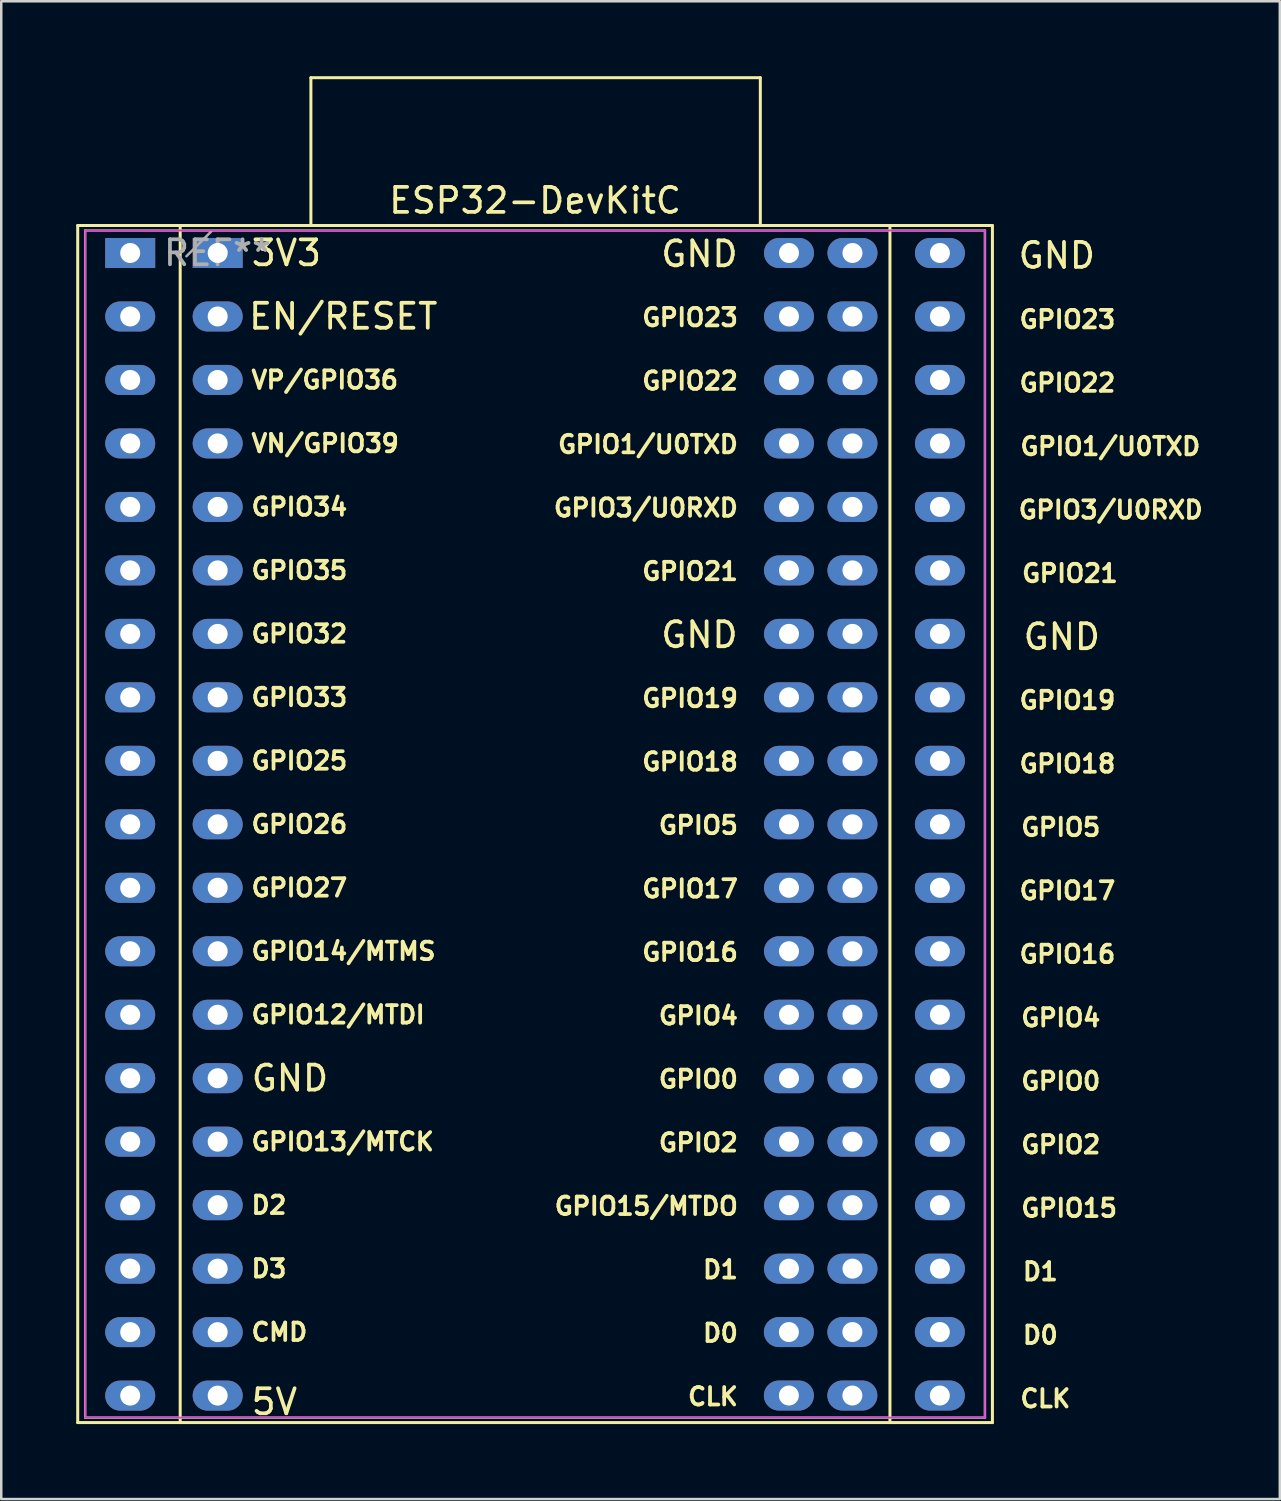
<source format=kicad_pcb>
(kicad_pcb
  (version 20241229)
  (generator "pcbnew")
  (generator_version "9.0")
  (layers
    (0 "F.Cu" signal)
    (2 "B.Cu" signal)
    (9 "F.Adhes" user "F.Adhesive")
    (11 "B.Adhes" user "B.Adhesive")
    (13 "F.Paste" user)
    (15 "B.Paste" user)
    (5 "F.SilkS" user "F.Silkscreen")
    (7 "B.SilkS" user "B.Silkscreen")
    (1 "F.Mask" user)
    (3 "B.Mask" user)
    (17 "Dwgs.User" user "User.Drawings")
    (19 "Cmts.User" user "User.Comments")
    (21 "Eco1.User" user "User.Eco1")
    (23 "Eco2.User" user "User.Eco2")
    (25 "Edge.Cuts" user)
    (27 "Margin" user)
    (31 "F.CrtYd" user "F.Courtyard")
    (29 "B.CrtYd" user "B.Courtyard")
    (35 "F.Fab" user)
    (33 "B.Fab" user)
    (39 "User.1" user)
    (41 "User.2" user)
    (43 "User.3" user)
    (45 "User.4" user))
  (footprint "ESP32-DevKitC"
    (layer "F.Cu")
    (at 5.66 7.073)
    (property "Reference" "ESP32-DevKitC" (at 12.7 -2.1 180) (layer "F.SilkS") (effects (font (size 1 1) (thickness 0.15))))
    (attr through_hole)
    (fp_line (start -5.6 -1.1) (end -5.6 46.8) (stroke (width 0.12) (type solid)) (layer "F.SilkS"))
    (fp_line (start -5.6 46.8) (end 31 46.8) (stroke (width 0.12) (type solid)) (layer "F.SilkS"))
    (fp_line (start -1.5 -1.1) (end -1.5 46.8) (stroke (width 0.12) (type solid)) (layer "F.SilkS"))
    (fp_line (start 3.73 -7.013) (end 21.713 -7.013) (stroke (width 0.12) (type solid)) (layer "F.SilkS"))
    (fp_line (start 3.73 -1.12) (end 3.73 -7.013) (stroke (width 0.12) (type solid)) (layer "F.SilkS"))
    (fp_line (start 21.713 -7.013) (end 21.713 -1.12) (stroke (width 0.12) (type solid)) (layer "F.SilkS"))
    (fp_line (start 26.9 46.8) (end 26.9 -1.1) (stroke (width 0.12) (type solid)) (layer "F.SilkS"))
    (fp_line (start 31 -1.1) (end -5.6 -1.1) (stroke (width 0.12) (type solid)) (layer "F.SilkS"))
    (fp_line (start 31 46.8) (end 31 -1.1) (stroke (width 0.12) (type solid)) (layer "F.SilkS"))
    (fp_line (start -5.3 -0.9) (end 30.7 -0.9) (stroke (width 0.05) (type solid)) (layer "F.CrtYd"))
    (fp_line (start -5.3 46.6) (end -5.3 -0.9) (stroke (width 0.05) (type solid)) (layer "F.CrtYd"))
    (fp_line (start 30.7 -0.9) (end 30.7 46.6) (stroke (width 0.05) (type solid)) (layer "F.CrtYd"))
    (fp_line (start 30.7 46.6) (end -5.3 46.6) (stroke (width 0.05) (type solid)) (layer "F.CrtYd"))
    (fp_line (start -5.3 -0.9) (end 30.7 -0.9) (stroke (width 0.1) (type solid)) (layer "F.Fab"))
    (fp_line (start -5.3 46.6) (end -5.3 -0.9) (stroke (width 0.1) (type solid)) (layer "F.Fab"))
    (fp_line (start -0.25 -0.87) (end -1.25 0.13) (stroke (width 0.1) (type solid)) (layer "F.Fab"))
    (fp_line (start 30.7 -0.9) (end 30.7 46.6) (stroke (width 0.1) (type solid)) (layer "F.Fab"))
    (fp_line (start 30.7 46.6) (end -5.3 46.6) (stroke (width 0.1) (type solid)) (layer "F.Fab"))
    (fp_text user "GPIO1/U0TXD" (at 39.4 7.74 0) (unlocked yes) (layer "F.SilkS") (effects (font (size 0.7 0.7) (thickness 0.15)) (justify right)))
    (fp_text user "GPIO0" (at 20.9 33.06 0) (unlocked yes) (layer "F.SilkS") (effects (font (size 0.7 0.7) (thickness 0.15)) (justify right)))
    (fp_text user "D3" (at 1.27 40.64 0) (unlocked yes) (layer "F.SilkS") (effects (font (size 0.7 0.7) (thickness 0.15)) (justify left)))
    (fp_text user "5V" (at 1.266 45.971 0) (unlocked yes) (layer "F.SilkS") (effects (font (size 1 1) (thickness 0.15)) (justify left)))
    (fp_text user "CLK" (at 20.9 45.76 0) (unlocked yes) (layer "F.SilkS") (effects (font (size 0.7 0.7) (thickness 0.15)) (justify right)))
    (fp_text user "EN/RESET" (at 8.886 2.537 0) (unlocked yes) (layer "F.SilkS") (effects (font (size 1 1) (thickness 0.15)) (justify right)))
    (fp_text user "GPIO32" (at 1.27 15.24 0) (unlocked yes) (layer "F.SilkS") (effects (font (size 0.7 0.7) (thickness 0.15)) (justify left)))
    (fp_text user "GPIO1/U0TXD" (at 20.9 7.66 0) (unlocked yes) (layer "F.SilkS") (effects (font (size 0.7 0.7) (thickness 0.15)) (justify right)))
    (fp_text user "GPIO3/U0RXD" (at 20.9 10.2 0) (unlocked yes) (layer "F.SilkS") (effects (font (size 0.7 0.7) (thickness 0.15)) (justify right)))
    (fp_text user "GND" (at 20.9 15.28 0) (unlocked yes) (layer "F.SilkS") (effects (font (size 1 1) (thickness 0.15)) (justify right)))
    (fp_text user "GPIO17" (at 36 25.52 0) (unlocked yes) (layer "F.SilkS") (effects (font (size 0.7 0.7) (thickness 0.15)) (justify right)))
    (fp_text user "D2" (at 1.27 38.1 0) (unlocked yes) (layer "F.SilkS") (effects (font (size 0.7 0.7) (thickness 0.15)) (justify left)))
    (fp_text user "GPIO22" (at 20.9 5.12 0) (unlocked yes) (layer "F.SilkS") (effects (font (size 0.7 0.7) (thickness 0.15)) (justify right)))
    (fp_text user "GND" (at 1.27 33.02 0) (unlocked yes) (layer "F.SilkS") (effects (font (size 1 1) (thickness 0.15)) (justify left)))
    (fp_text user "GPIO23" (at 20.9 2.58 0) (unlocked yes) (layer "F.SilkS") (effects (font (size 0.7 0.7) (thickness 0.15)) (justify right)))
    (fp_text user "GPIO16" (at 20.9 27.98 0) (unlocked yes) (layer "F.SilkS") (effects (font (size 0.7 0.7) (thickness 0.15)) (justify right)))
    (fp_text user "D0" (at 20.9 43.22 0) (unlocked yes) (layer "F.SilkS") (effects (font (size 0.7 0.7) (thickness 0.15)) (justify right)))
    (fp_text user "GPIO21" (at 36.1 12.82 0) (unlocked yes) (layer "F.SilkS") (effects (font (size 0.7 0.7) (thickness 0.15)) (justify right)))
    (fp_text user "GPIO2" (at 35.4 35.68 0) (unlocked yes) (layer "F.SilkS") (effects (font (size 0.7 0.7) (thickness 0.15)) (justify right)))
    (fp_text user "VN/GPIO39" (at 1.27 7.62 0) (unlocked yes) (layer "F.SilkS") (effects (font (size 0.7 0.7) (thickness 0.15)) (justify left)))
    (fp_text user "D0" (at 33.7 43.3 0) (unlocked yes) (layer "F.SilkS") (effects (font (size 0.7 0.7) (thickness 0.15)) (justify right)))
    (fp_text user "CLK" (at 34.2 45.84 0) (unlocked yes) (layer "F.SilkS") (effects (font (size 0.7 0.7) (thickness 0.15)) (justify right)))
    (fp_text user "GPIO16" (at 36 28.06 0) (unlocked yes) (layer "F.SilkS") (effects (font (size 0.7 0.7) (thickness 0.15)) (justify right)))
    (fp_text user "GPIO19" (at 36 17.9 0) (unlocked yes) (layer "F.SilkS") (effects (font (size 0.7 0.7) (thickness 0.15)) (justify right)))
    (fp_text user "GPIO4" (at 20.9 30.52 0) (unlocked yes) (layer "F.SilkS") (effects (font (size 0.7 0.7) (thickness 0.15)) (justify right)))
    (fp_text user "GPIO13/MTCK" (at 1.27 35.56 0) (unlocked yes) (layer "F.SilkS") (effects (font (size 0.7 0.7) (thickness 0.15)) (justify left)))
    (fp_text user "D1" (at 20.9 40.68 0) (unlocked yes) (layer "F.SilkS") (effects (font (size 0.7 0.7) (thickness 0.15)) (justify right)))
    (fp_text user "GPIO14/MTMS" (at 1.27 27.94 0) (unlocked yes) (layer "F.SilkS") (effects (font (size 0.7 0.7) (thickness 0.15)) (justify left)))
    (fp_text user "GPIO18" (at 36 20.44 0) (unlocked yes) (layer "F.SilkS") (effects (font (size 0.7 0.7) (thickness 0.15)) (justify right)))
    (fp_text user "3V3" (at 1.27 0 0) (unlocked yes) (layer "F.SilkS") (effects (font (size 1 1) (thickness 0.15)) (justify left)))
    (fp_text user "GPIO17" (at 20.9 25.44 0) (unlocked yes) (layer "F.SilkS") (effects (font (size 0.7 0.7) (thickness 0.15)) (justify right)))
    (fp_text user "GPIO0" (at 35.4 33.14 0) (unlocked yes) (layer "F.SilkS") (effects (font (size 0.7 0.7) (thickness 0.15)) (justify right)))
    (fp_text user "GPIO4" (at 35.4 30.6 0) (unlocked yes) (layer "F.SilkS") (effects (font (size 0.7 0.7) (thickness 0.15)) (justify right)))
    (fp_text user "GPIO19" (at 20.9 17.82 0) (unlocked yes) (layer "F.SilkS") (effects (font (size 0.7 0.7) (thickness 0.15)) (justify right)))
    (fp_text user "GPIO35" (at 1.27 12.7 0) (unlocked yes) (layer "F.SilkS") (effects (font (size 0.7 0.7) (thickness 0.15)) (justify left)))
    (fp_text user "GND" (at 35.2 0.1 0) (unlocked yes) (layer "F.SilkS") (effects (font (size 1 1) (thickness 0.15)) (justify right)))
    (fp_text user "GPIO12/MTDI" (at 1.27 30.48 0) (unlocked yes) (layer "F.SilkS") (effects (font (size 0.7 0.7) (thickness 0.15)) (justify left)))
    (fp_text user "GND" (at 20.9 0.04 0) (unlocked yes) (layer "F.SilkS") (effects (font (size 1 1) (thickness 0.15)) (justify right)))
    (fp_text user "GPIO5" (at 20.9 22.9 0) (unlocked yes) (layer "F.SilkS") (effects (font (size 0.7 0.7) (thickness 0.15)) (justify right)))
    (fp_text user "GPIO15/MTDO" (at 20.9 38.14 0) (unlocked yes) (layer "F.SilkS") (effects (font (size 0.7 0.7) (thickness 0.15)) (justify right)))
    (fp_text user "GPIO25" (at 1.27 20.32 0) (unlocked yes) (layer "F.SilkS") (effects (font (size 0.7 0.7) (thickness 0.15)) (justify left)))
    (fp_text user "GPIO2" (at 20.9 35.6 0) (unlocked yes) (layer "F.SilkS") (effects (font (size 0.7 0.7) (thickness 0.15)) (justify right)))
    (fp_text user "GPIO23" (at 36 2.66 0) (unlocked yes) (layer "F.SilkS") (effects (font (size 0.7 0.7) (thickness 0.15)) (justify right)))
    (fp_text user "VP/GPIO36" (at 1.27 5.08 0) (unlocked yes) (layer "F.SilkS") (effects (font (size 0.7 0.7) (thickness 0.15)) (justify left)))
    (fp_text user "GND" (at 35.4 15.36 0) (unlocked yes) (layer "F.SilkS") (effects (font (size 1 1) (thickness 0.15)) (justify right)))
    (fp_text user "GPIO21" (at 20.9 12.74 0) (unlocked yes) (layer "F.SilkS") (effects (font (size 0.7 0.7) (thickness 0.15)) (justify right)))
    (fp_text user "GPIO3/U0RXD" (at 39.5 10.28 0) (unlocked yes) (layer "F.SilkS") (effects (font (size 0.7 0.7) (thickness 0.15)) (justify right)))
    (fp_text user "CMD" (at 1.27 43.18 0) (unlocked yes) (layer "F.SilkS") (effects (font (size 0.7 0.7) (thickness 0.15)) (justify left)))
    (fp_text user "D1" (at 33.7 40.76 0) (unlocked yes) (layer "F.SilkS") (effects (font (size 0.7 0.7) (thickness 0.15)) (justify right)))
    (fp_text user "GPIO5" (at 35.4 22.98 0) (unlocked yes) (layer "F.SilkS") (effects (font (size 0.7 0.7) (thickness 0.15)) (justify right)))
    (fp_text user "GPIO26" (at 1.27 22.86 0) (unlocked yes) (layer "F.SilkS") (effects (font (size 0.7 0.7) (thickness 0.15)) (justify left)))
    (fp_text user "GPIO33" (at 1.27 17.78 0) (unlocked yes) (layer "F.SilkS") (effects (font (size 0.7 0.7) (thickness 0.15)) (justify left)))
    (fp_text user "GPIO34" (at 1.27 10.16 0) (unlocked yes) (layer "F.SilkS") (effects (font (size 0.7 0.7) (thickness 0.15)) (justify left)))
    (fp_text user "GPIO27" (at 1.27 25.4 0) (unlocked yes) (layer "F.SilkS") (effects (font (size 0.7 0.7) (thickness 0.15)) (justify left)))
    (fp_text user "GPIO22" (at 36 5.2 0) (unlocked yes) (layer "F.SilkS") (effects (font (size 0.7 0.7) (thickness 0.15)) (justify right)))
    (fp_text user "GPIO18" (at 20.9 20.36 0) (unlocked yes) (layer "F.SilkS") (effects (font (size 0.7 0.7) (thickness 0.15)) (justify right)))
    (fp_text user "GPIO15" (at 36.068 38.22 0) (unlocked yes) (layer "F.SilkS") (effects (font (size 0.7 0.7) (thickness 0.15)) (justify right)))
    (fp_text user "REF**" (at -0.004 -0.003 180) (layer "F.Fab") (effects (font (size 1 1) (thickness 0.15))))
    (pad "1" thru_hole rect (at -3.5 0 270) (size 1.2 2) (drill 0.8) (layers "*.Cu" "*.Mask"))
    (pad "1" thru_hole rect (at 0 0 270) (size 1.2 2) (drill 0.8) (layers "*.Cu" "*.Mask"))
    (pad "2" thru_hole oval (at -3.5 2.54 270) (size 1.2 2) (drill 0.8) (layers "*.Cu" "*.Mask"))
    (pad "2" thru_hole oval (at 0 2.54 270) (size 1.2 2) (drill 0.8) (layers "*.Cu" "*.Mask"))
    (pad "3" thru_hole oval (at -3.5 5.08 270) (size 1.2 2) (drill 0.8) (layers "*.Cu" "*.Mask"))
    (pad "3" thru_hole oval (at 0 5.08 270) (size 1.2 2) (drill 0.8) (layers "*.Cu" "*.Mask"))
    (pad "4" thru_hole oval (at -3.5 7.62 270) (size 1.2 2) (drill 0.8) (layers "*.Cu" "*.Mask"))
    (pad "4" thru_hole oval (at 0 7.62 270) (size 1.2 2) (drill 0.8) (layers "*.Cu" "*.Mask"))
    (pad "5" thru_hole oval (at -3.5 10.16 270) (size 1.2 2) (drill 0.8) (layers "*.Cu" "*.Mask"))
    (pad "5" thru_hole oval (at 0 10.16 270) (size 1.2 2) (drill 0.8) (layers "*.Cu" "*.Mask"))
    (pad "6" thru_hole oval (at -3.5 12.7 270) (size 1.2 2) (drill 0.8) (layers "*.Cu" "*.Mask"))
    (pad "6" thru_hole oval (at 0 12.7 270) (size 1.2 2) (drill 0.8) (layers "*.Cu" "*.Mask"))
    (pad "7" thru_hole oval (at -3.5 15.24 270) (size 1.2 2) (drill 0.8) (layers "*.Cu" "*.Mask"))
    (pad "7" thru_hole oval (at 0 15.24 270) (size 1.2 2) (drill 0.8) (layers "*.Cu" "*.Mask"))
    (pad "8" thru_hole oval (at -3.5 17.78 270) (size 1.2 2) (drill 0.8) (layers "*.Cu" "*.Mask"))
    (pad "8" thru_hole oval (at 0 17.78 270) (size 1.2 2) (drill 0.8) (layers "*.Cu" "*.Mask"))
    (pad "9" thru_hole oval (at -3.5 20.32 270) (size 1.2 2) (drill 0.8) (layers "*.Cu" "*.Mask"))
    (pad "9" thru_hole oval (at 0 20.32 270) (size 1.2 2) (drill 0.8) (layers "*.Cu" "*.Mask"))
    (pad "10" thru_hole oval (at -3.5 22.86 270) (size 1.2 2) (drill 0.8) (layers "*.Cu" "*.Mask"))
    (pad "10" thru_hole oval (at 0 22.86 270) (size 1.2 2) (drill 0.8) (layers "*.Cu" "*.Mask"))
    (pad "11" thru_hole oval (at -3.5 25.4 270) (size 1.2 2) (drill 0.8) (layers "*.Cu" "*.Mask"))
    (pad "11" thru_hole oval (at 0 25.4 270) (size 1.2 2) (drill 0.8) (layers "*.Cu" "*.Mask"))
    (pad "12" thru_hole oval (at -3.5 27.94 270) (size 1.2 2) (drill 0.8) (layers "*.Cu" "*.Mask"))
    (pad "12" thru_hole oval (at 0 27.94 270) (size 1.2 2) (drill 0.8) (layers "*.Cu" "*.Mask"))
    (pad "13" thru_hole oval (at -3.5 30.48 270) (size 1.2 2) (drill 0.8) (layers "*.Cu" "*.Mask"))
    (pad "13" thru_hole oval (at 0 30.48 270) (size 1.2 2) (drill 0.8) (layers "*.Cu" "*.Mask"))
    (pad "14" thru_hole oval (at -3.5 33.02 270) (size 1.2 2) (drill 0.8) (layers "*.Cu" "*.Mask"))
    (pad "14" thru_hole oval (at 0 33.02 270) (size 1.2 2) (drill 0.8) (layers "*.Cu" "*.Mask"))
    (pad "15" thru_hole oval (at -3.5 35.56 270) (size 1.2 2) (drill 0.8) (layers "*.Cu" "*.Mask"))
    (pad "15" thru_hole oval (at 0 35.56 270) (size 1.2 2) (drill 0.8) (layers "*.Cu" "*.Mask"))
    (pad "16" thru_hole oval (at -3.5 38.1 270) (size 1.2 2) (drill 0.8) (layers "*.Cu" "*.Mask"))
    (pad "16" thru_hole oval (at 0 38.1 270) (size 1.2 2) (drill 0.8) (layers "*.Cu" "*.Mask"))
    (pad "17" thru_hole oval (at -3.5 40.64 270) (size 1.2 2) (drill 0.8) (layers "*.Cu" "*.Mask"))
    (pad "17" thru_hole oval (at 0 40.64 270) (size 1.2 2) (drill 0.8) (layers "*.Cu" "*.Mask"))
    (pad "18" thru_hole oval (at -3.5 43.18 270) (size 1.2 2) (drill 0.8) (layers "*.Cu" "*.Mask"))
    (pad "18" thru_hole oval (at 0 43.18 270) (size 1.2 2) (drill 0.8) (layers "*.Cu" "*.Mask"))
    (pad "19" thru_hole oval (at -3.5 45.72 270) (size 1.2 2) (drill 0.8) (layers "*.Cu" "*.Mask"))
    (pad "19" thru_hole oval (at 0 45.72 270) (size 1.2 2) (drill 0.8) (layers "*.Cu" "*.Mask"))
    (pad "20" thru_hole oval (at 22.856 45.717 270) (size 1.2 2) (drill 0.8) (layers "*.Cu" "*.Mask"))
    (pad "20" thru_hole oval (at 25.396 45.717 270) (size 1.2 2) (drill 0.8) (layers "*.Cu" "*.Mask"))
    (pad "20" thru_hole oval (at 28.896 45.717 270) (size 1.2 2) (drill 0.8) (layers "*.Cu" "*.Mask"))
    (pad "21" thru_hole oval (at 22.856 43.177 270) (size 1.2 2) (drill 0.8) (layers "*.Cu" "*.Mask"))
    (pad "21" thru_hole oval (at 25.396 43.177 270) (size 1.2 2) (drill 0.8) (layers "*.Cu" "*.Mask"))
    (pad "21" thru_hole oval (at 28.896 43.177 270) (size 1.2 2) (drill 0.8) (layers "*.Cu" "*.Mask"))
    (pad "22" thru_hole oval (at 22.86 40.64 270) (size 1.2 2) (drill 0.8) (layers "*.Cu" "*.Mask"))
    (pad "22" thru_hole oval (at 25.4 40.64 270) (size 1.2 2) (drill 0.8) (layers "*.Cu" "*.Mask"))
    (pad "22" thru_hole oval (at 28.9 40.64 270) (size 1.2 2) (drill 0.8) (layers "*.Cu" "*.Mask"))
    (pad "23" thru_hole oval (at 22.86 38.1 270) (size 1.2 2) (drill 0.8) (layers "*.Cu" "*.Mask"))
    (pad "23" thru_hole oval (at 25.4 38.1 270) (size 1.2 2) (drill 0.8) (layers "*.Cu" "*.Mask"))
    (pad "23" thru_hole oval (at 28.9 38.1 270) (size 1.2 2) (drill 0.8) (layers "*.Cu" "*.Mask"))
    (pad "24" thru_hole oval (at 22.86 35.56 270) (size 1.2 2) (drill 0.8) (layers "*.Cu" "*.Mask"))
    (pad "24" thru_hole oval (at 25.4 35.56 270) (size 1.2 2) (drill 0.8) (layers "*.Cu" "*.Mask"))
    (pad "24" thru_hole oval (at 28.9 35.56 270) (size 1.2 2) (drill 0.8) (layers "*.Cu" "*.Mask"))
    (pad "25" thru_hole oval (at 22.86 33.02 270) (size 1.2 2) (drill 0.8) (layers "*.Cu" "*.Mask"))
    (pad "25" thru_hole oval (at 25.4 33.02 270) (size 1.2 2) (drill 0.8) (layers "*.Cu" "*.Mask"))
    (pad "25" thru_hole oval (at 28.9 33.02 270) (size 1.2 2) (drill 0.8) (layers "*.Cu" "*.Mask"))
    (pad "26" thru_hole oval (at 22.86 30.48 270) (size 1.2 2) (drill 0.8) (layers "*.Cu" "*.Mask"))
    (pad "26" thru_hole oval (at 25.4 30.48 270) (size 1.2 2) (drill 0.8) (layers "*.Cu" "*.Mask"))
    (pad "26" thru_hole oval (at 28.9 30.48 270) (size 1.2 2) (drill 0.8) (layers "*.Cu" "*.Mask"))
    (pad "27" thru_hole oval (at 22.86 27.94 270) (size 1.2 2) (drill 0.8) (layers "*.Cu" "*.Mask"))
    (pad "27" thru_hole oval (at 25.4 27.94 270) (size 1.2 2) (drill 0.8) (layers "*.Cu" "*.Mask"))
    (pad "27" thru_hole oval (at 28.9 27.94 270) (size 1.2 2) (drill 0.8) (layers "*.Cu" "*.Mask"))
    (pad "28" thru_hole oval (at 22.86 25.4 270) (size 1.2 2) (drill 0.8) (layers "*.Cu" "*.Mask"))
    (pad "28" thru_hole oval (at 25.4 25.4 270) (size 1.2 2) (drill 0.8) (layers "*.Cu" "*.Mask"))
    (pad "28" thru_hole oval (at 28.9 25.4 270) (size 1.2 2) (drill 0.8) (layers "*.Cu" "*.Mask"))
    (pad "29" thru_hole oval (at 22.86 22.86 270) (size 1.2 2) (drill 0.8) (layers "*.Cu" "*.Mask"))
    (pad "29" thru_hole oval (at 25.4 22.86 270) (size 1.2 2) (drill 0.8) (layers "*.Cu" "*.Mask"))
    (pad "29" thru_hole oval (at 28.9 22.86 270) (size 1.2 2) (drill 0.8) (layers "*.Cu" "*.Mask"))
    (pad "30" thru_hole oval (at 22.86 20.32 270) (size 1.2 2) (drill 0.8) (layers "*.Cu" "*.Mask"))
    (pad "30" thru_hole oval (at 25.4 20.32 270) (size 1.2 2) (drill 0.8) (layers "*.Cu" "*.Mask"))
    (pad "30" thru_hole oval (at 28.9 20.32 270) (size 1.2 2) (drill 0.8) (layers "*.Cu" "*.Mask"))
    (pad "31" thru_hole oval (at 22.86 17.78 270) (size 1.2 2) (drill 0.8) (layers "*.Cu" "*.Mask"))
    (pad "31" thru_hole oval (at 25.4 17.78 270) (size 1.2 2) (drill 0.8) (layers "*.Cu" "*.Mask"))
    (pad "31" thru_hole oval (at 28.9 17.78 270) (size 1.2 2) (drill 0.8) (layers "*.Cu" "*.Mask"))
    (pad "32" thru_hole oval (at 22.86 15.24 270) (size 1.2 2) (drill 0.8) (layers "*.Cu" "*.Mask"))
    (pad "32" thru_hole oval (at 25.4 15.24 270) (size 1.2 2) (drill 0.8) (layers "*.Cu" "*.Mask"))
    (pad "32" thru_hole oval (at 28.9 15.24 270) (size 1.2 2) (drill 0.8) (layers "*.Cu" "*.Mask"))
    (pad "33" thru_hole oval (at 22.86 12.7 270) (size 1.2 2) (drill 0.8) (layers "*.Cu" "*.Mask"))
    (pad "33" thru_hole oval (at 25.4 12.7 270) (size 1.2 2) (drill 0.8) (layers "*.Cu" "*.Mask"))
    (pad "33" thru_hole oval (at 28.9 12.7 270) (size 1.2 2) (drill 0.8) (layers "*.Cu" "*.Mask"))
    (pad "34" thru_hole oval (at 22.86 10.16 270) (size 1.2 2) (drill 0.8) (layers "*.Cu" "*.Mask"))
    (pad "34" thru_hole oval (at 25.4 10.16 270) (size 1.2 2) (drill 0.8) (layers "*.Cu" "*.Mask"))
    (pad "34" thru_hole oval (at 28.9 10.16 270) (size 1.2 2) (drill 0.8) (layers "*.Cu" "*.Mask"))
    (pad "35" thru_hole oval (at 22.86 7.62 270) (size 1.2 2) (drill 0.8) (layers "*.Cu" "*.Mask"))
    (pad "35" thru_hole oval (at 25.4 7.62 270) (size 1.2 2) (drill 0.8) (layers "*.Cu" "*.Mask"))
    (pad "35" thru_hole oval (at 28.9 7.62 270) (size 1.2 2) (drill 0.8) (layers "*.Cu" "*.Mask"))
    (pad "36" thru_hole oval (at 22.86 5.08 270) (size 1.2 2) (drill 0.8) (layers "*.Cu" "*.Mask"))
    (pad "36" thru_hole oval (at 25.4 5.08 270) (size 1.2 2) (drill 0.8) (layers "*.Cu" "*.Mask"))
    (pad "36" thru_hole oval (at 28.9 5.08 270) (size 1.2 2) (drill 0.8) (layers "*.Cu" "*.Mask"))
    (pad "37" thru_hole oval (at 22.86 2.54 270) (size 1.2 2) (drill 0.8) (layers "*.Cu" "*.Mask"))
    (pad "37" thru_hole oval (at 25.4 2.54 270) (size 1.2 2) (drill 0.8) (layers "*.Cu" "*.Mask"))
    (pad "37" thru_hole oval (at 28.9 2.54 270) (size 1.2 2) (drill 0.8) (layers "*.Cu" "*.Mask"))
    (pad "38" thru_hole oval (at 22.86 0 270) (size 1.2 2) (drill 0.8) (layers "*.Cu" "*.Mask"))
    (pad "38" thru_hole oval (at 25.4 0 270) (size 1.2 2) (drill 0.8) (layers "*.Cu" "*.Mask"))
    (pad "38" thru_hole oval (at 28.9 0 270) (size 1.2 2) (drill 0.8) (layers "*.Cu" "*.Mask")))
  (gr_rect
    (start -3 -3)
    (end 48.16 56.933)
    (stroke (width 0.1) (type default))
    (fill no)
    (layer "Edge.Cuts")))
</source>
